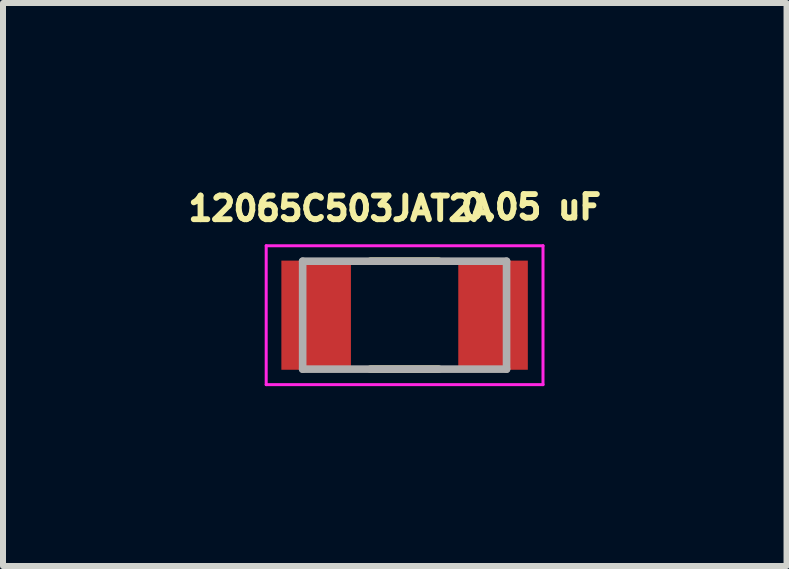
<source format=kicad_pcb>
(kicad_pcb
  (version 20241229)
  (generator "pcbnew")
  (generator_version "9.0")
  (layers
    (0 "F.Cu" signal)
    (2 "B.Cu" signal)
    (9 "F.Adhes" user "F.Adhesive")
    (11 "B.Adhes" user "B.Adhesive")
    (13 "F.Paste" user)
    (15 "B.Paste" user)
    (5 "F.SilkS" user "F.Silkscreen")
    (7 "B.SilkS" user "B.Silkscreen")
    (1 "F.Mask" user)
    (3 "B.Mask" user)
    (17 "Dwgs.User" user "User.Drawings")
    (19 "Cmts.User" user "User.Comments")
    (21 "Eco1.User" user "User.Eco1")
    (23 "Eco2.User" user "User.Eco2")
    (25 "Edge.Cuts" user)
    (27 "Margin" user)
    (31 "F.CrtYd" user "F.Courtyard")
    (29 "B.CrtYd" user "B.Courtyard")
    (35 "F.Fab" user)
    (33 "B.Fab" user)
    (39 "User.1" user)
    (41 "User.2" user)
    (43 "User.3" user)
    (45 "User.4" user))
  (footprint "12065C503JAT2A"
    (layer "F.Cu")
    (at 3.697 2.206)
    (property "Reference" "12065C503JAT2A" (at -1.067 -1.778 0) (layer "F.SilkS") (effects (font (size 0.394 0.394) (thickness 0.15))))
    (attr smd)
    (fp_line (start -0.57 -0.9) (end 0.57 -0.9) (stroke (width 0.127) (type solid)) (layer "F.SilkS"))
    (fp_line (start -0.57 0.9) (end 0.57 0.9) (stroke (width 0.127) (type solid)) (layer "F.SilkS"))
    (fp_line (start -2.308 -1.158) (end 2.308 -1.158) (stroke (width 0.05) (type solid)) (layer "F.CrtYd"))
    (fp_line (start -2.308 1.158) (end -2.308 -1.158) (stroke (width 0.05) (type solid)) (layer "F.CrtYd"))
    (fp_line (start -2.308 1.158) (end 2.308 1.158) (stroke (width 0.05) (type solid)) (layer "F.CrtYd"))
    (fp_line (start 2.308 1.158) (end 2.308 -1.158) (stroke (width 0.05) (type solid)) (layer "F.CrtYd"))
    (fp_line (start -1.7 0.9) (end -1.7 -0.9) (stroke (width 0.127) (type solid)) (layer "F.Fab"))
    (fp_line (start 1.7 -0.9) (end -1.7 -0.9) (stroke (width 0.127) (type solid)) (layer "F.Fab"))
    (fp_line (start 1.7 0.9) (end -1.7 0.9) (stroke (width 0.127) (type solid)) (layer "F.Fab"))
    (fp_line (start 1.7 0.9) (end 1.7 -0.9) (stroke (width 0.127) (type solid)) (layer "F.Fab"))
    (fp_text user "0.05 uF" (at 2.108 -1.803 0) (layer "F.SilkS") (effects (font (size 0.394 0.394) (thickness 0.098))))
    (pad "1" smd rect (at -1.475 0) (size 1.16 1.82) (layers "F.Cu" "F.Mask" "F.Paste"))
    (pad "2" smd rect (at 1.475 0) (size 1.16 1.82) (layers "F.Cu" "F.Mask" "F.Paste")))
  (gr_rect
    (start -3 -3)
    (end 10.066 6.389)
    (stroke (width 0.1) (type default))
    (fill no)
    (layer "Edge.Cuts")))
</source>
